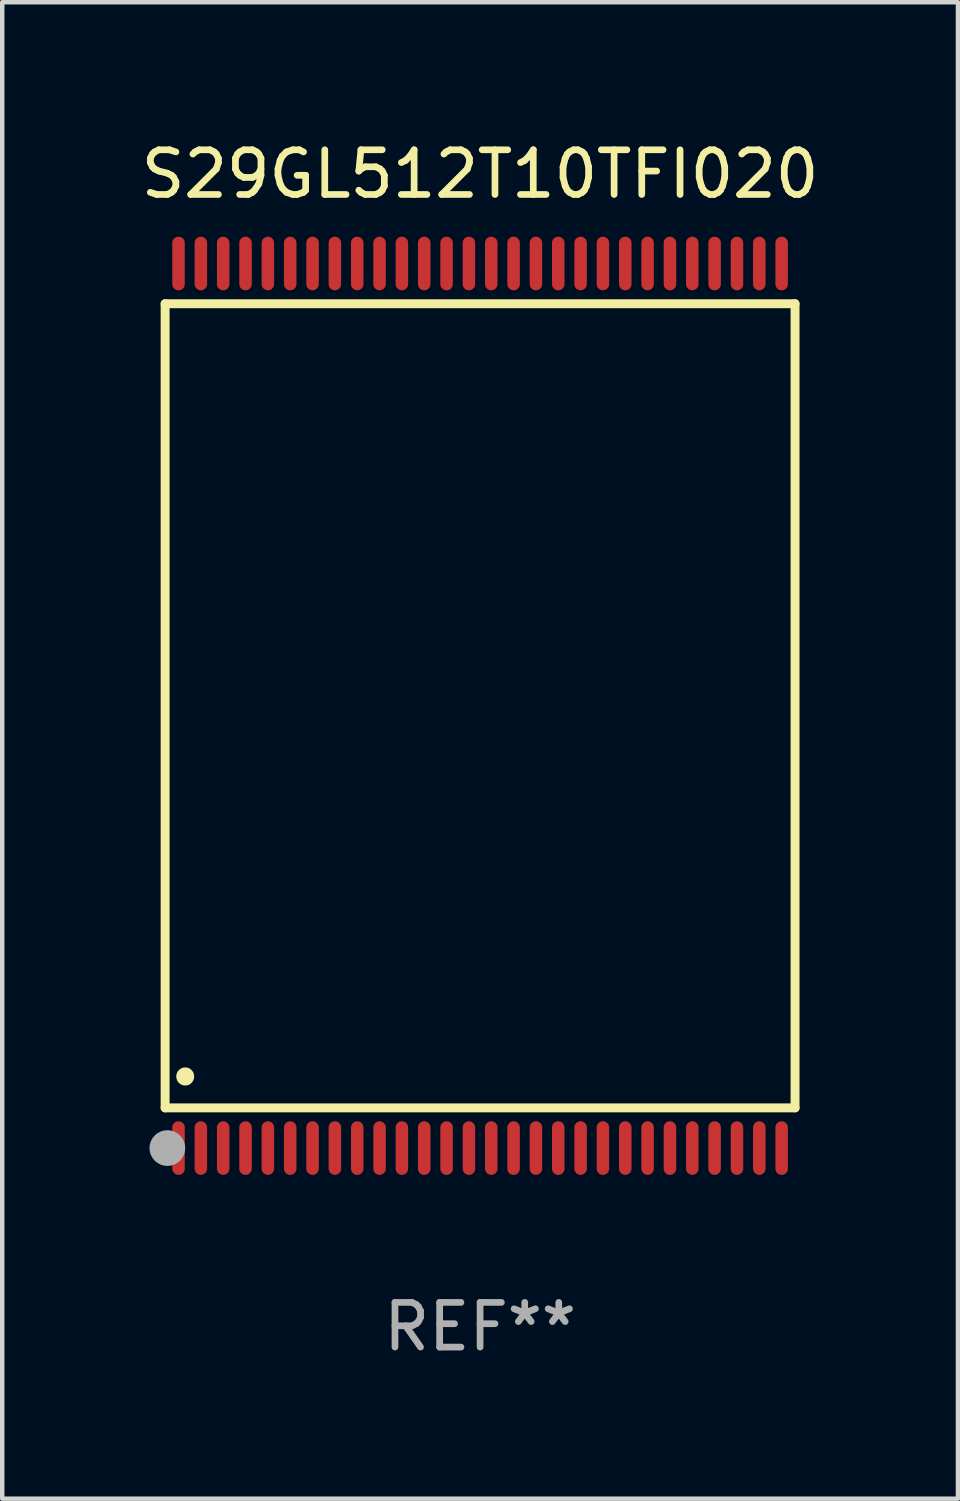
<source format=kicad_pcb>
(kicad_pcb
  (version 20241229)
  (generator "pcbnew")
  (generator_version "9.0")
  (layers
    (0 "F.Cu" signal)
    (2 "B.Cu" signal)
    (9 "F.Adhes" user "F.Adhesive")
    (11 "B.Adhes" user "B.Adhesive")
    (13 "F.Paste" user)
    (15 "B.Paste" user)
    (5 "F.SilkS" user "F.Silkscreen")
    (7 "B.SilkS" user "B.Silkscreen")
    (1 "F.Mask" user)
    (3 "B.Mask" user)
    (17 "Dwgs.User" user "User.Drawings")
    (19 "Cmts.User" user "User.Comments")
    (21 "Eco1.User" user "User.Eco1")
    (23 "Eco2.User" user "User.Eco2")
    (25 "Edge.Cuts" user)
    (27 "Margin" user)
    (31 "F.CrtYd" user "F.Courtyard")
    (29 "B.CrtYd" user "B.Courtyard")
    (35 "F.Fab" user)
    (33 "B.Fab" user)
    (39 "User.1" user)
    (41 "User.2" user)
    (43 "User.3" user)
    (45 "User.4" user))
  (footprint "S29GL512T10TFI020"
    (layer "F.Cu")
    (at 7.696 12.748)
    (property "Reference" "S29GL512T10TFI020" (at 0 -11.9 0) (layer "F.SilkS") (effects (font (size 1 1) (thickness 0.15))))
    (attr through_hole)
    (fp_line (start -7.05 -9) (end 7.05 -9) (stroke (width 0.2) (type solid)) (layer "F.SilkS"))
    (fp_line (start -7.05 9) (end -7.05 -9) (stroke (width 0.2) (type solid)) (layer "F.SilkS"))
    (fp_line (start 7.05 9) (end -7.05 9) (stroke (width 0.2) (type solid)) (layer "F.SilkS"))
    (fp_line (start 7.05 9) (end 7.05 -9) (stroke (width 0.2) (type solid)) (layer "F.SilkS"))
    (fp_arc (start -6.600025 8.300025) (mid -6.600041 8.297485) (end -6.600025 8.294945) (stroke (width 0.4) (type solid)) (layer "F.SilkS"))
    (fp_circle (center -7 10) (end -6.97 10) (stroke (width 0.06) (type solid)) (fill no) (layer "F.SilkS"))
    (fp_circle (center -7 9.9) (end -6.8 9.9) (stroke (width 0.4) (type solid)) (fill no) (layer "F.Fab"))
    (fp_text user "REF**" (at 0 13.9 0) (layer "F.Fab") (effects (font (size 1 1) (thickness 0.15))))
    (pad "1" smd oval (at -6.75 9.9) (size 0.28 1.2) (layers "F.Cu" "F.Mask" "F.Paste"))
    (pad "2" smd oval (at -6.25 9.9) (size 0.28 1.2) (layers "F.Cu" "F.Mask" "F.Paste"))
    (pad "3" smd oval (at -5.75 9.9) (size 0.28 1.2) (layers "F.Cu" "F.Mask" "F.Paste"))
    (pad "4" smd oval (at -5.25 9.9) (size 0.28 1.2) (layers "F.Cu" "F.Mask" "F.Paste"))
    (pad "5" smd oval (at -4.75 9.9) (size 0.28 1.2) (layers "F.Cu" "F.Mask" "F.Paste"))
    (pad "6" smd oval (at -4.25 9.9) (size 0.28 1.2) (layers "F.Cu" "F.Mask" "F.Paste"))
    (pad "7" smd oval (at -3.75 9.9) (size 0.28 1.2) (layers "F.Cu" "F.Mask" "F.Paste"))
    (pad "8" smd oval (at -3.25 9.9) (size 0.28 1.2) (layers "F.Cu" "F.Mask" "F.Paste"))
    (pad "9" smd oval (at -2.75 9.9) (size 0.28 1.2) (layers "F.Cu" "F.Mask" "F.Paste"))
    (pad "10" smd oval (at -2.25 9.9) (size 0.28 1.2) (layers "F.Cu" "F.Mask" "F.Paste"))
    (pad "11" smd oval (at -1.75 9.9) (size 0.28 1.2) (layers "F.Cu" "F.Mask" "F.Paste"))
    (pad "12" smd oval (at -1.25 9.9) (size 0.28 1.2) (layers "F.Cu" "F.Mask" "F.Paste"))
    (pad "13" smd oval (at -0.75 9.9) (size 0.28 1.2) (layers "F.Cu" "F.Mask" "F.Paste"))
    (pad "14" smd oval (at -0.25 9.9) (size 0.28 1.2) (layers "F.Cu" "F.Mask" "F.Paste"))
    (pad "15" smd oval (at 0.25 9.9) (size 0.28 1.2) (layers "F.Cu" "F.Mask" "F.Paste"))
    (pad "16" smd oval (at 0.75 9.9) (size 0.28 1.2) (layers "F.Cu" "F.Mask" "F.Paste"))
    (pad "17" smd oval (at 1.25 9.9) (size 0.28 1.2) (layers "F.Cu" "F.Mask" "F.Paste"))
    (pad "18" smd oval (at 1.75 9.9) (size 0.28 1.2) (layers "F.Cu" "F.Mask" "F.Paste"))
    (pad "19" smd oval (at 2.25 9.9) (size 0.28 1.2) (layers "F.Cu" "F.Mask" "F.Paste"))
    (pad "20" smd oval (at 2.75 9.9) (size 0.28 1.2) (layers "F.Cu" "F.Mask" "F.Paste"))
    (pad "21" smd oval (at 3.25 9.9) (size 0.28 1.2) (layers "F.Cu" "F.Mask" "F.Paste"))
    (pad "22" smd oval (at 3.75 9.9) (size 0.28 1.2) (layers "F.Cu" "F.Mask" "F.Paste"))
    (pad "23" smd oval (at 4.25 9.9) (size 0.28 1.2) (layers "F.Cu" "F.Mask" "F.Paste"))
    (pad "24" smd oval (at 4.75 9.9) (size 0.28 1.2) (layers "F.Cu" "F.Mask" "F.Paste"))
    (pad "25" smd oval (at 5.25 9.9) (size 0.28 1.2) (layers "F.Cu" "F.Mask" "F.Paste"))
    (pad "26" smd oval (at 5.75 9.9) (size 0.28 1.2) (layers "F.Cu" "F.Mask" "F.Paste"))
    (pad "27" smd oval (at 6.25 9.9) (size 0.28 1.2) (layers "F.Cu" "F.Mask" "F.Paste"))
    (pad "28" smd oval (at 6.75 9.9) (size 0.28 1.2) (layers "F.Cu" "F.Mask" "F.Paste"))
    (pad "29" smd oval (at 6.75 -9.9) (size 0.28 1.2) (layers "F.Cu" "F.Mask" "F.Paste"))
    (pad "30" smd oval (at 6.25 -9.9) (size 0.28 1.2) (layers "F.Cu" "F.Mask" "F.Paste"))
    (pad "31" smd oval (at 5.75 -9.9) (size 0.28 1.2) (layers "F.Cu" "F.Mask" "F.Paste"))
    (pad "32" smd oval (at 5.25 -9.9) (size 0.28 1.2) (layers "F.Cu" "F.Mask" "F.Paste"))
    (pad "33" smd oval (at 4.75 -9.9) (size 0.28 1.2) (layers "F.Cu" "F.Mask" "F.Paste"))
    (pad "34" smd oval (at 4.25 -9.9) (size 0.28 1.2) (layers "F.Cu" "F.Mask" "F.Paste"))
    (pad "35" smd oval (at 3.75 -9.9) (size 0.28 1.2) (layers "F.Cu" "F.Mask" "F.Paste"))
    (pad "36" smd oval (at 3.25 -9.9) (size 0.28 1.2) (layers "F.Cu" "F.Mask" "F.Paste"))
    (pad "37" smd oval (at 2.75 -9.9) (size 0.28 1.2) (layers "F.Cu" "F.Mask" "F.Paste"))
    (pad "38" smd oval (at 2.25 -9.9) (size 0.28 1.2) (layers "F.Cu" "F.Mask" "F.Paste"))
    (pad "39" smd oval (at 1.75 -9.9) (size 0.28 1.2) (layers "F.Cu" "F.Mask" "F.Paste"))
    (pad "40" smd oval (at 1.25 -9.9) (size 0.28 1.2) (layers "F.Cu" "F.Mask" "F.Paste"))
    (pad "41" smd oval (at 0.75 -9.9) (size 0.28 1.2) (layers "F.Cu" "F.Mask" "F.Paste"))
    (pad "42" smd oval (at 0.25 -9.9) (size 0.28 1.2) (layers "F.Cu" "F.Mask" "F.Paste"))
    (pad "43" smd oval (at -0.25 -9.9) (size 0.28 1.2) (layers "F.Cu" "F.Mask" "F.Paste"))
    (pad "44" smd oval (at -0.75 -9.9) (size 0.28 1.2) (layers "F.Cu" "F.Mask" "F.Paste"))
    (pad "45" smd oval (at -1.25 -9.9) (size 0.28 1.2) (layers "F.Cu" "F.Mask" "F.Paste"))
    (pad "46" smd oval (at -1.75 -9.9) (size 0.28 1.2) (layers "F.Cu" "F.Mask" "F.Paste"))
    (pad "47" smd oval (at -2.25 -9.9) (size 0.28 1.2) (layers "F.Cu" "F.Mask" "F.Paste"))
    (pad "48" smd oval (at -2.75 -9.9) (size 0.28 1.2) (layers "F.Cu" "F.Mask" "F.Paste"))
    (pad "49" smd oval (at -3.25 -9.9) (size 0.28 1.2) (layers "F.Cu" "F.Mask" "F.Paste"))
    (pad "50" smd oval (at -3.75 -9.9) (size 0.28 1.2) (layers "F.Cu" "F.Mask" "F.Paste"))
    (pad "51" smd oval (at -4.25 -9.9) (size 0.28 1.2) (layers "F.Cu" "F.Mask" "F.Paste"))
    (pad "52" smd oval (at -4.75 -9.9) (size 0.28 1.2) (layers "F.Cu" "F.Mask" "F.Paste"))
    (pad "53" smd oval (at -5.25 -9.9) (size 0.28 1.2) (layers "F.Cu" "F.Mask" "F.Paste"))
    (pad "54" smd oval (at -5.75 -9.9) (size 0.28 1.2) (layers "F.Cu" "F.Mask" "F.Paste"))
    (pad "55" smd oval (at -6.25 -9.9) (size 0.28 1.2) (layers "F.Cu" "F.Mask" "F.Paste"))
    (pad "56" smd oval (at -6.75 -9.9) (size 0.28 1.2) (layers "F.Cu" "F.Mask" "F.Paste")))
  (gr_rect
    (start -3 -3)
    (end 18.393 30.496)
    (stroke (width 0.1) (type default))
    (fill no)
    (layer "Edge.Cuts")))
</source>
